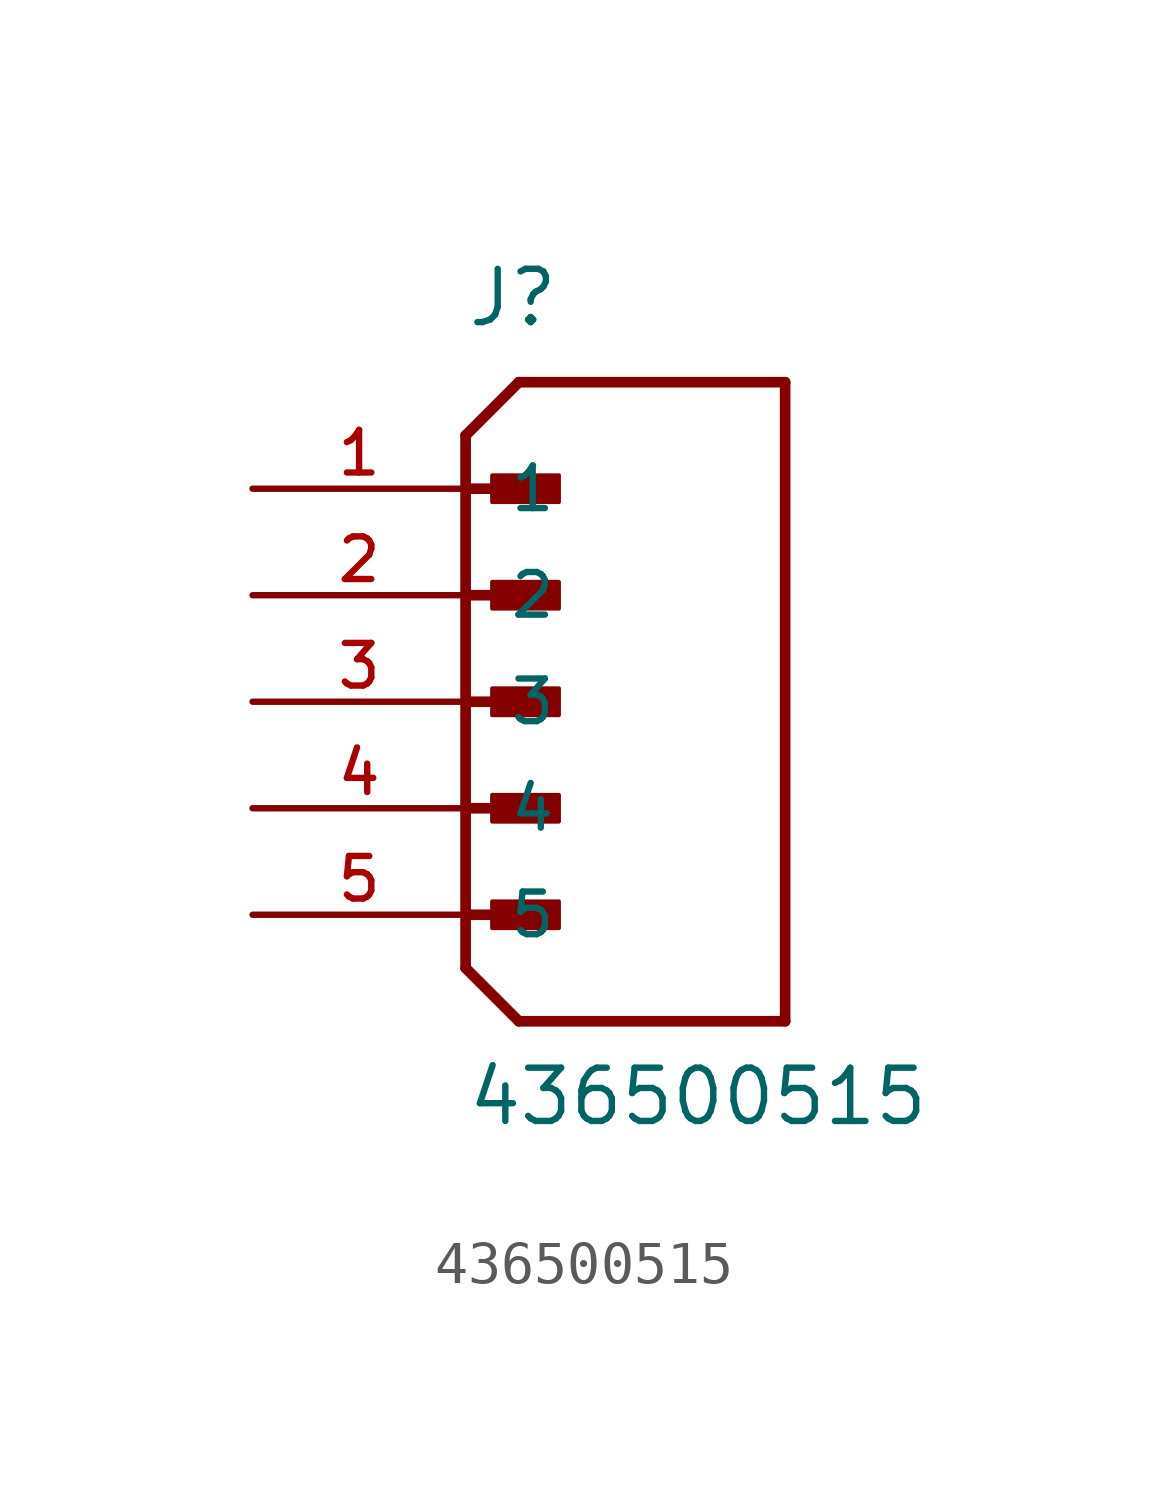
<source format=kicad_sym>
(kicad_symbol_lib
  (version 20211014)
  (generator kicad_symbol_editor)
  (symbol "436500515"
    (pin_names
      (offset 1.016))
    (property "Reference" "J"
      (at 0.0 8.89 0)
      (effects (font (size 1.27 1.27)) (justify bottom left)))
    (property "Value" "436500515"
      (at 0.0 -10.16 0)
      (effects (font (size 1.27 1.27)) (justify bottom left)))
    (symbol "436500515_0_0"
      (polyline (pts (xy 0.0 6.35) (xy 1.27 7.62)) (stroke (width 0.254)))
      (polyline (pts (xy 0.0 6.35) (xy 0.0 5.08)) (stroke (width 0.254)))
      (polyline (pts (xy 0.0 5.08) (xy 0.0 -6.35)) (stroke (width 0.254)))
      (polyline (pts (xy 0.0 -6.35) (xy 1.27 -7.62)) (stroke (width 0.254)))
      (polyline (pts (xy 1.27 -7.62) (xy 7.62 -7.62)) (stroke (width 0.254)))
      (polyline (pts (xy 7.62 -7.62) (xy 7.62 7.62)) (stroke (width 0.254)))
      (polyline (pts (xy 7.62 7.62) (xy 1.27 7.62)) (stroke (width 0.254)))
      (polyline (pts (xy 0.0 5.08) (xy 1.905 5.08)) (stroke (width 0.254)))
      (rectangle (start 0.635 4.763) (end 2.223 5.397) (stroke (width 0.1)) (fill (type outline)))
      (polyline (pts (xy 0.0 2.54) (xy 1.905 2.54)) (stroke (width 0.254)))
      (rectangle (start 0.635 2.223) (end 2.223 2.857) (stroke (width 0.1)) (fill (type outline)))
      (polyline (pts (xy 0.0 0.0) (xy 1.905 0.0)) (stroke (width 0.254)))
      (rectangle (start 0.635 -0.318) (end 2.223 0.318) (stroke (width 0.1)) (fill (type outline)))
      (polyline (pts (xy 0.0 -2.54) (xy 1.905 -2.54)) (stroke (width 0.254)))
      (rectangle (start 0.635 -2.857) (end 2.223 -2.223) (stroke (width 0.1)) (fill (type outline)))
      (polyline (pts (xy 0.0 -5.08) (xy 1.905 -5.08)) (stroke (width 0.254)))
      (rectangle (start 0.635 -5.397) (end 2.223 -4.763) (stroke (width 0.1)) (fill (type outline)))
      (pin passive line (at -5.08 5.08 0) (length 5.08) (name "1" (effects (font (size 1.016 1.016)))) (number "1" (effects (font (size 1.016 1.016)))))
      (pin passive line (at -5.08 2.54 0) (length 5.08) (name "2" (effects (font (size 1.016 1.016)))) (number "2" (effects (font (size 1.016 1.016)))))
      (pin passive line (at -5.08 0.0 0) (length 5.08) (name "3" (effects (font (size 1.016 1.016)))) (number "3" (effects (font (size 1.016 1.016)))))
      (pin passive line (at -5.08 -2.54 0) (length 5.08) (name "4" (effects (font (size 1.016 1.016)))) (number "4" (effects (font (size 1.016 1.016)))))
      (pin passive line (at -5.08 -5.08 0) (length 5.08) (name "5" (effects (font (size 1.016 1.016)))) (number "5" (effects (font (size 1.016 1.016))))))))
</source>
